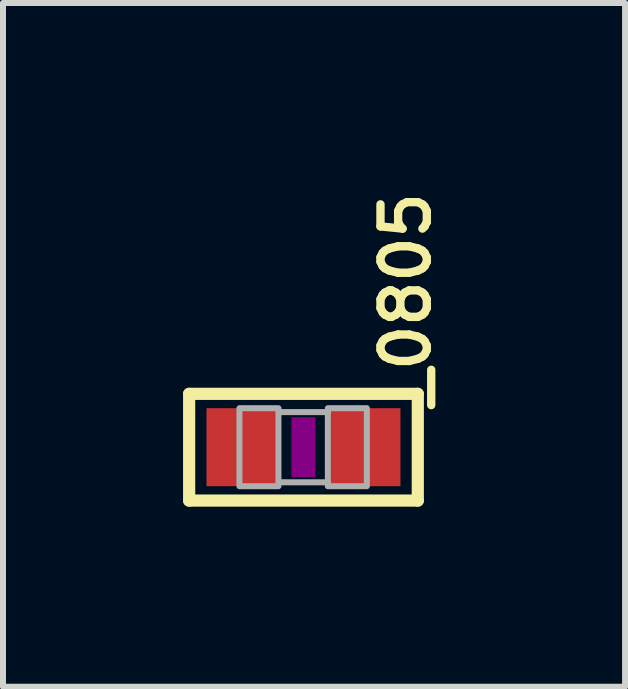
<source format=kicad_pcb>
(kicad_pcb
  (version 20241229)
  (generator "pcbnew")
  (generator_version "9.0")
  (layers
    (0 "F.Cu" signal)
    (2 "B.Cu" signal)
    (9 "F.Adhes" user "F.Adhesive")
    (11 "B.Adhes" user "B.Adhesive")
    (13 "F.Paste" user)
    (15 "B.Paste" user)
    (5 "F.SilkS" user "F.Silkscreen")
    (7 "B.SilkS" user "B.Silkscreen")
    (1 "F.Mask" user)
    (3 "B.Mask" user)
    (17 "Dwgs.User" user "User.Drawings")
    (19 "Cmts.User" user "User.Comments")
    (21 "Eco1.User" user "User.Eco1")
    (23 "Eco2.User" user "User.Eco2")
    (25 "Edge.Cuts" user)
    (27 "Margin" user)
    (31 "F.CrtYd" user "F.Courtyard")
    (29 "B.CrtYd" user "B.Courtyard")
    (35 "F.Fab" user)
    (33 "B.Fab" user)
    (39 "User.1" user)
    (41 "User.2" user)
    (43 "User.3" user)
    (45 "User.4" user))
  (footprint "_0805"
    (layer "F.Cu")
    (at 2.007 4.402)
    (property "Reference" "_0805" (at 2.157 -0.61 270) (layer "F.SilkS") (effects (font (size 0.772 0.772) (thickness 0.139)) (justify left bottom)))
    (attr through_hole)
    (fp_line (start -1.905 -0.889) (end 1.905 -0.889) (stroke (width 0.203) (type solid)) (layer "F.SilkS"))
    (fp_line (start -1.905 0.889) (end -1.905 -0.889) (stroke (width 0.203) (type solid)) (layer "F.SilkS"))
    (fp_line (start 1.905 -0.889) (end 1.905 0.889) (stroke (width 0.203) (type solid)) (layer "F.SilkS"))
    (fp_line (start 1.905 0.889) (end -1.905 0.889) (stroke (width 0.203) (type solid)) (layer "F.SilkS"))
    (fp_poly (pts (xy -0.2 0.5) (xy 0.2 0.5) (xy 0.2 -0.5) (xy -0.2 -0.5)) (stroke (width 0) (type solid)) (fill yes) (layer "F.Adhes"))
    (fp_line (start -0.41 -0.585) (end 0.41 -0.585) (stroke (width 0.102) (type solid)) (layer "F.Fab"))
    (fp_line (start -0.41 0.585) (end 0.41 0.585) (stroke (width 0.102) (type solid)) (layer "F.Fab"))
    (fp_poly (pts (xy -1.067 0.65) (xy -0.417 0.65) (xy -0.417 -0.65) (xy -1.067 -0.65)) (stroke (width 0.1) (type solid)) (fill no) (layer "F.Fab"))
    (fp_poly (pts (xy 0.406 0.65) (xy 1.056 0.65) (xy 1.056 -0.65) (xy 0.406 -0.65)) (stroke (width 0.1) (type solid)) (fill no) (layer "F.Fab"))
    (pad "1" smd rect (at -1.016 0) (size 1.2 1.3) (layers "F.Cu" "F.Mask" "F.Paste"))
    (pad "2" smd rect (at 1.016 0) (size 1.2 1.3) (layers "F.Cu" "F.Mask" "F.Paste")))
  (gr_rect
    (start -3 -3)
    (end 7.366 8.393)
    (stroke (width 0.1) (type default))
    (fill no)
    (layer "Edge.Cuts")))
</source>
